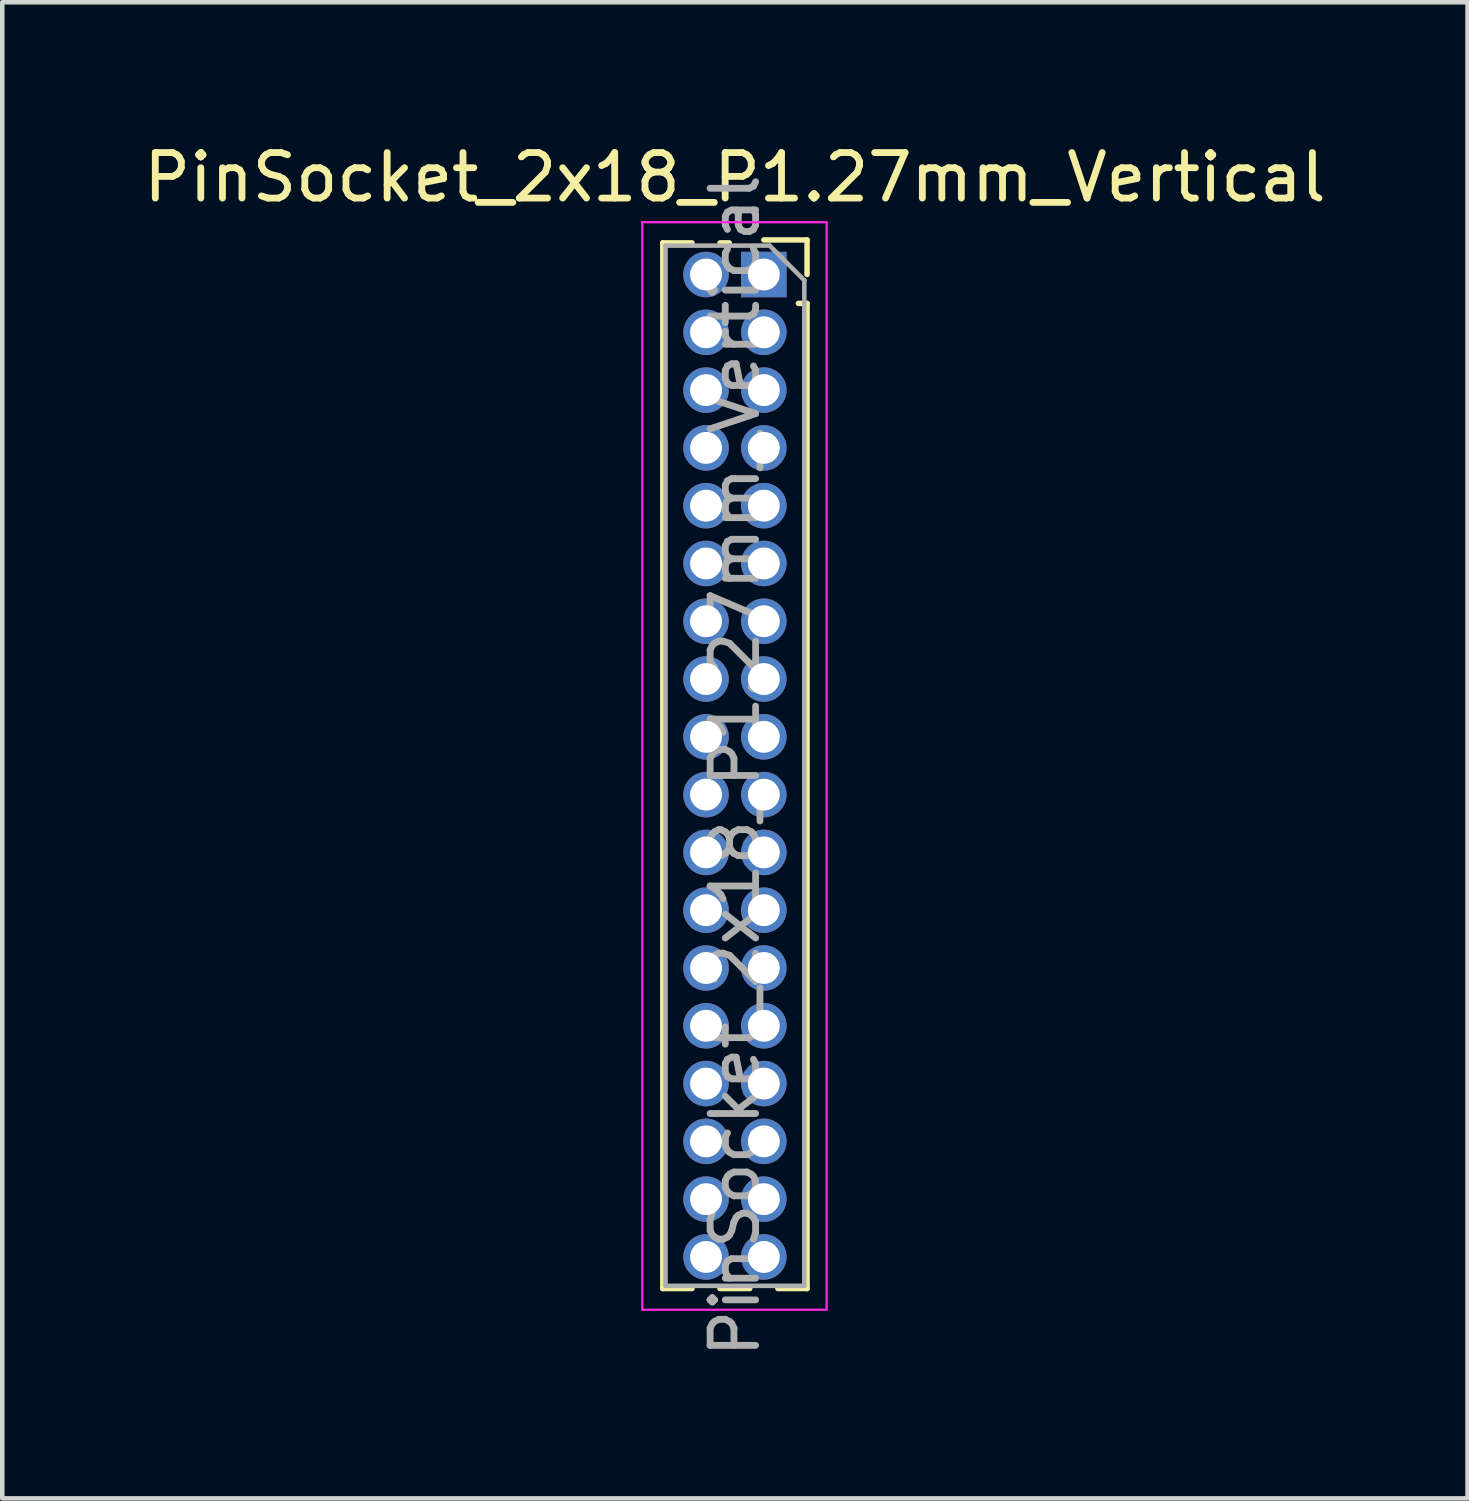
<source format=kicad_pcb>
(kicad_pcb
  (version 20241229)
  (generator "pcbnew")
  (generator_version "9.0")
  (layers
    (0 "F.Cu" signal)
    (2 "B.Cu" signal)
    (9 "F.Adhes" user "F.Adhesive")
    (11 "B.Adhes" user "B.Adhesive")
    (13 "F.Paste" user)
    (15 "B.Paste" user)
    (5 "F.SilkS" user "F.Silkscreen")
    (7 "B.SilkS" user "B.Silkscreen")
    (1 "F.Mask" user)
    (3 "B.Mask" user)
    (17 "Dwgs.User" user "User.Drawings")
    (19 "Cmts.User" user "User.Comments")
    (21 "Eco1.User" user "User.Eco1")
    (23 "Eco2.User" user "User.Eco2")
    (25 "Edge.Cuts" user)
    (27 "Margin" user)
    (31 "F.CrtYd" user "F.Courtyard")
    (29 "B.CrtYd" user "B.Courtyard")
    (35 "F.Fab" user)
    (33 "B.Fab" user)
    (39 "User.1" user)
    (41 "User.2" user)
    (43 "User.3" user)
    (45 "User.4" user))
  (footprint "PinSocket_2x18_P1.27mm_Vertical"
    (layer "F.Cu")
    (at 13.736 2.983)
    (property "Reference" "PinSocket_2x18_P1.27mm_Vertical" (at -0.635 -2.135 0) (layer "F.SilkS") (effects (font (size 1 1) (thickness 0.15))))
    (attr through_hole)
    (fp_line (start -2.22 -0.695) (end -2.22 22.285) (stroke (width 0.12) (type solid)) (layer "F.SilkS"))
    (fp_line (start -2.22 -0.695) (end -1.578 -0.695) (stroke (width 0.12) (type solid)) (layer "F.SilkS"))
    (fp_line (start -2.22 22.285) (end -1.578 22.285) (stroke (width 0.12) (type solid)) (layer "F.SilkS"))
    (fp_line (start -0.962 -0.695) (end -0.76 -0.695) (stroke (width 0.12) (type solid)) (layer "F.SilkS"))
    (fp_line (start -0.962 22.285) (end -0.308 22.285) (stroke (width 0.12) (type solid)) (layer "F.SilkS"))
    (fp_line (start 0 -0.76) (end 0.95 -0.76) (stroke (width 0.12) (type solid)) (layer "F.SilkS"))
    (fp_line (start 0.308 22.285) (end 0.95 22.285) (stroke (width 0.12) (type solid)) (layer "F.SilkS"))
    (fp_line (start 0.76 0.635) (end 0.95 0.635) (stroke (width 0.12) (type solid)) (layer "F.SilkS"))
    (fp_line (start 0.95 -0.76) (end 0.95 0) (stroke (width 0.12) (type solid)) (layer "F.SilkS"))
    (fp_line (start 0.95 0.635) (end 0.95 22.285) (stroke (width 0.12) (type solid)) (layer "F.SilkS"))
    (fp_line (start -2.67 -1.15) (end 1.38 -1.15) (stroke (width 0.05) (type solid)) (layer "F.CrtYd"))
    (fp_line (start -2.67 22.75) (end -2.67 -1.15) (stroke (width 0.05) (type solid)) (layer "F.CrtYd"))
    (fp_line (start 1.38 -1.15) (end 1.38 22.75) (stroke (width 0.05) (type solid)) (layer "F.CrtYd"))
    (fp_line (start 1.38 22.75) (end -2.67 22.75) (stroke (width 0.05) (type solid)) (layer "F.CrtYd"))
    (fp_line (start -2.16 -0.635) (end 0.128 -0.635) (stroke (width 0.1) (type solid)) (layer "F.Fab"))
    (fp_line (start -2.16 22.225) (end -2.16 -0.635) (stroke (width 0.1) (type solid)) (layer "F.Fab"))
    (fp_line (start 0.128 -0.635) (end 0.89 0.128) (stroke (width 0.1) (type solid)) (layer "F.Fab"))
    (fp_line (start 0.89 0.128) (end 0.89 22.225) (stroke (width 0.1) (type solid)) (layer "F.Fab"))
    (fp_line (start 0.89 22.225) (end -2.16 22.225) (stroke (width 0.1) (type solid)) (layer "F.Fab"))
    (fp_text user "${REFERENCE}" (at -0.635 10.795 90) (layer "F.Fab") (effects (font (size 1 1) (thickness 0.15))))
    (pad "1" thru_hole rect (at 0 0) (size 1 1) (drill 0.7) (layers "*.Cu" "*.Mask"))
    (pad "2" thru_hole circle (at -1.27 0) (size 1 1) (drill 0.7) (layers "*.Cu" "*.Mask"))
    (pad "3" thru_hole circle (at 0 1.27) (size 1 1) (drill 0.7) (layers "*.Cu" "*.Mask"))
    (pad "4" thru_hole circle (at -1.27 1.27) (size 1 1) (drill 0.7) (layers "*.Cu" "*.Mask"))
    (pad "5" thru_hole circle (at 0 2.54) (size 1 1) (drill 0.7) (layers "*.Cu" "*.Mask"))
    (pad "6" thru_hole circle (at -1.27 2.54) (size 1 1) (drill 0.7) (layers "*.Cu" "*.Mask"))
    (pad "7" thru_hole circle (at 0 3.81) (size 1 1) (drill 0.7) (layers "*.Cu" "*.Mask"))
    (pad "8" thru_hole circle (at -1.27 3.81) (size 1 1) (drill 0.7) (layers "*.Cu" "*.Mask"))
    (pad "9" thru_hole circle (at 0 5.08) (size 1 1) (drill 0.7) (layers "*.Cu" "*.Mask"))
    (pad "10" thru_hole circle (at -1.27 5.08) (size 1 1) (drill 0.7) (layers "*.Cu" "*.Mask"))
    (pad "11" thru_hole circle (at 0 6.35) (size 1 1) (drill 0.7) (layers "*.Cu" "*.Mask"))
    (pad "12" thru_hole circle (at -1.27 6.35) (size 1 1) (drill 0.7) (layers "*.Cu" "*.Mask"))
    (pad "13" thru_hole circle (at 0 7.62) (size 1 1) (drill 0.7) (layers "*.Cu" "*.Mask"))
    (pad "14" thru_hole circle (at -1.27 7.62) (size 1 1) (drill 0.7) (layers "*.Cu" "*.Mask"))
    (pad "15" thru_hole circle (at 0 8.89) (size 1 1) (drill 0.7) (layers "*.Cu" "*.Mask"))
    (pad "16" thru_hole circle (at -1.27 8.89) (size 1 1) (drill 0.7) (layers "*.Cu" "*.Mask"))
    (pad "17" thru_hole circle (at 0 10.16) (size 1 1) (drill 0.7) (layers "*.Cu" "*.Mask"))
    (pad "18" thru_hole circle (at -1.27 10.16) (size 1 1) (drill 0.7) (layers "*.Cu" "*.Mask"))
    (pad "19" thru_hole circle (at 0 11.43) (size 1 1) (drill 0.7) (layers "*.Cu" "*.Mask"))
    (pad "20" thru_hole circle (at -1.27 11.43) (size 1 1) (drill 0.7) (layers "*.Cu" "*.Mask"))
    (pad "21" thru_hole circle (at 0 12.7) (size 1 1) (drill 0.7) (layers "*.Cu" "*.Mask"))
    (pad "22" thru_hole circle (at -1.27 12.7) (size 1 1) (drill 0.7) (layers "*.Cu" "*.Mask"))
    (pad "23" thru_hole circle (at 0 13.97) (size 1 1) (drill 0.7) (layers "*.Cu" "*.Mask"))
    (pad "24" thru_hole circle (at -1.27 13.97) (size 1 1) (drill 0.7) (layers "*.Cu" "*.Mask"))
    (pad "25" thru_hole circle (at 0 15.24) (size 1 1) (drill 0.7) (layers "*.Cu" "*.Mask"))
    (pad "26" thru_hole circle (at -1.27 15.24) (size 1 1) (drill 0.7) (layers "*.Cu" "*.Mask"))
    (pad "27" thru_hole circle (at 0 16.51) (size 1 1) (drill 0.7) (layers "*.Cu" "*.Mask"))
    (pad "28" thru_hole circle (at -1.27 16.51) (size 1 1) (drill 0.7) (layers "*.Cu" "*.Mask"))
    (pad "29" thru_hole circle (at 0 17.78) (size 1 1) (drill 0.7) (layers "*.Cu" "*.Mask"))
    (pad "30" thru_hole circle (at -1.27 17.78) (size 1 1) (drill 0.7) (layers "*.Cu" "*.Mask"))
    (pad "31" thru_hole circle (at 0 19.05) (size 1 1) (drill 0.7) (layers "*.Cu" "*.Mask"))
    (pad "32" thru_hole circle (at -1.27 19.05) (size 1 1) (drill 0.7) (layers "*.Cu" "*.Mask"))
    (pad "33" thru_hole circle (at 0 20.32) (size 1 1) (drill 0.7) (layers "*.Cu" "*.Mask"))
    (pad "34" thru_hole circle (at -1.27 20.32) (size 1 1) (drill 0.7) (layers "*.Cu" "*.Mask"))
    (pad "35" thru_hole circle (at 0 21.59) (size 1 1) (drill 0.7) (layers "*.Cu" "*.Mask"))
    (pad "36" thru_hole circle (at -1.27 21.59) (size 1 1) (drill 0.7) (layers "*.Cu" "*.Mask")))
  (gr_rect
    (start -3 -3)
    (end 29.202 29.879)
    (stroke (width 0.1) (type default))
    (fill no)
    (layer "Edge.Cuts")))
</source>
